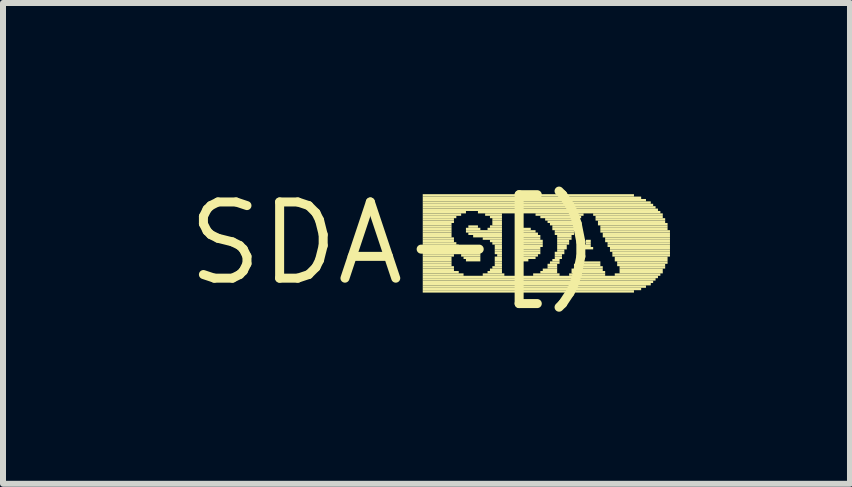
<source format=kicad_pcb>
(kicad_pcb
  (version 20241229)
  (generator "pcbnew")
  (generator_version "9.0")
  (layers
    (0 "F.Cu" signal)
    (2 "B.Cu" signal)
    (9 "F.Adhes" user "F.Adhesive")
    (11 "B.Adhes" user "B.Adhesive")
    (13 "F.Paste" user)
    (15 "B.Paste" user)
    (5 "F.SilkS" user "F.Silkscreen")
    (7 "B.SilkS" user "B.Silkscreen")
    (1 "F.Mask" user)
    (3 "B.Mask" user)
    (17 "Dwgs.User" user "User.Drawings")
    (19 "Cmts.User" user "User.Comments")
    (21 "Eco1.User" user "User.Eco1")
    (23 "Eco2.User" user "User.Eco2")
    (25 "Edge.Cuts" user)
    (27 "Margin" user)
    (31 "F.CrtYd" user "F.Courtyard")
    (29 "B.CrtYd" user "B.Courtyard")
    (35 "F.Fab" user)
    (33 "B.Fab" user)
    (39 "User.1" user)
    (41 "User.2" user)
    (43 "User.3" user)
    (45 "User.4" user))
  (footprint "SDA-[)"
    (layer "F.Cu")
    (at 3.515 1.006)
    (property "Reference" "SDA-[)" (at 0 0 0) (layer "F.SilkS") (effects (font (size 1.27 1.27) (thickness 0.15))))
    (attr through_hole)
    (fp_poly (pts (xy 0.48 -0.78) (xy 4 -0.78) (xy 4 -0.82) (xy 0.48 -0.82)) (stroke (width 0) (type solid)) (fill yes) (layer "F.SilkS"))
    (fp_poly (pts (xy 0.48 -0.74) (xy 4.12 -0.74) (xy 4.12 -0.78) (xy 0.48 -0.78)) (stroke (width 0) (type solid)) (fill yes) (layer "F.SilkS"))
    (fp_poly (pts (xy 0.48 -0.7) (xy 4.2 -0.7) (xy 4.2 -0.74) (xy 0.48 -0.74)) (stroke (width 0) (type solid)) (fill yes) (layer "F.SilkS"))
    (fp_poly (pts (xy 0.48 -0.66) (xy 4.28 -0.66) (xy 4.28 -0.7) (xy 0.48 -0.7)) (stroke (width 0) (type solid)) (fill yes) (layer "F.SilkS"))
    (fp_poly (pts (xy 0.48 -0.62) (xy 4.32 -0.62) (xy 4.32 -0.66) (xy 0.48 -0.66)) (stroke (width 0) (type solid)) (fill yes) (layer "F.SilkS"))
    (fp_poly (pts (xy 0.48 -0.58) (xy 4.36 -0.58) (xy 4.36 -0.62) (xy 0.48 -0.62)) (stroke (width 0) (type solid)) (fill yes) (layer "F.SilkS"))
    (fp_poly (pts (xy 0.48 -0.54) (xy 4.4 -0.54) (xy 4.4 -0.58) (xy 0.48 -0.58)) (stroke (width 0) (type solid)) (fill yes) (layer "F.SilkS"))
    (fp_poly (pts (xy 0.48 -0.5) (xy 1.2 -0.5) (xy 1.2 -0.54) (xy 0.48 -0.54)) (stroke (width 0) (type solid)) (fill yes) (layer "F.SilkS"))
    (fp_poly (pts (xy 0.48 -0.46) (xy 1.12 -0.46) (xy 1.12 -0.5) (xy 0.48 -0.5)) (stroke (width 0) (type solid)) (fill yes) (layer "F.SilkS"))
    (fp_poly (pts (xy 0.48 -0.42) (xy 1.04 -0.42) (xy 1.04 -0.46) (xy 0.48 -0.46)) (stroke (width 0) (type solid)) (fill yes) (layer "F.SilkS"))
    (fp_poly (pts (xy 0.48 -0.38) (xy 1 -0.38) (xy 1 -0.42) (xy 0.48 -0.42)) (stroke (width 0) (type solid)) (fill yes) (layer "F.SilkS"))
    (fp_poly (pts (xy 0.48 -0.34) (xy 1 -0.34) (xy 1 -0.38) (xy 0.48 -0.38)) (stroke (width 0) (type solid)) (fill yes) (layer "F.SilkS"))
    (fp_poly (pts (xy 0.48 -0.3) (xy 0.96 -0.3) (xy 0.96 -0.34) (xy 0.48 -0.34)) (stroke (width 0) (type solid)) (fill yes) (layer "F.SilkS"))
    (fp_poly (pts (xy 0.48 -0.26) (xy 0.96 -0.26) (xy 0.96 -0.3) (xy 0.48 -0.3)) (stroke (width 0) (type solid)) (fill yes) (layer "F.SilkS"))
    (fp_poly (pts (xy 0.48 -0.22) (xy 0.96 -0.22) (xy 0.96 -0.26) (xy 0.48 -0.26)) (stroke (width 0) (type solid)) (fill yes) (layer "F.SilkS"))
    (fp_poly (pts (xy 0.48 -0.18) (xy 0.96 -0.18) (xy 0.96 -0.22) (xy 0.48 -0.22)) (stroke (width 0) (type solid)) (fill yes) (layer "F.SilkS"))
    (fp_poly (pts (xy 0.48 -0.14) (xy 0.96 -0.14) (xy 0.96 -0.18) (xy 0.48 -0.18)) (stroke (width 0) (type solid)) (fill yes) (layer "F.SilkS"))
    (fp_poly (pts (xy 0.48 -0.1) (xy 0.96 -0.1) (xy 0.96 -0.14) (xy 0.48 -0.14)) (stroke (width 0) (type solid)) (fill yes) (layer "F.SilkS"))
    (fp_poly (pts (xy 0.48 -0.06) (xy 1 -0.06) (xy 1 -0.1) (xy 0.48 -0.1)) (stroke (width 0) (type solid)) (fill yes) (layer "F.SilkS"))
    (fp_poly (pts (xy 0.48 -0.02) (xy 1 -0.02) (xy 1 -0.06) (xy 0.48 -0.06)) (stroke (width 0) (type solid)) (fill yes) (layer "F.SilkS"))
    (fp_poly (pts (xy 0.48 0.02) (xy 1.04 0.02) (xy 1.04 -0.02) (xy 0.48 -0.02)) (stroke (width 0) (type solid)) (fill yes) (layer "F.SilkS"))
    (fp_poly (pts (xy 0.48 0.06) (xy 1.08 0.06) (xy 1.08 0.02) (xy 0.48 0.02)) (stroke (width 0) (type solid)) (fill yes) (layer "F.SilkS"))
    (fp_poly (pts (xy 0.48 0.1) (xy 1.2 0.1) (xy 1.2 0.06) (xy 0.48 0.06)) (stroke (width 0) (type solid)) (fill yes) (layer "F.SilkS"))
    (fp_poly (pts (xy 0.48 0.14) (xy 1.32 0.14) (xy 1.32 0.1) (xy 0.48 0.1)) (stroke (width 0) (type solid)) (fill yes) (layer "F.SilkS"))
    (fp_poly (pts (xy 0.48 0.18) (xy 1.44 0.18) (xy 1.44 0.14) (xy 0.48 0.14)) (stroke (width 0) (type solid)) (fill yes) (layer "F.SilkS"))
    (fp_poly (pts (xy 0.48 0.22) (xy 1 0.22) (xy 1 0.18) (xy 0.48 0.18)) (stroke (width 0) (type solid)) (fill yes) (layer "F.SilkS"))
    (fp_poly (pts (xy 0.48 0.26) (xy 0.96 0.26) (xy 0.96 0.22) (xy 0.48 0.22)) (stroke (width 0) (type solid)) (fill yes) (layer "F.SilkS"))
    (fp_poly (pts (xy 0.48 0.3) (xy 0.96 0.3) (xy 0.96 0.26) (xy 0.48 0.26)) (stroke (width 0) (type solid)) (fill yes) (layer "F.SilkS"))
    (fp_poly (pts (xy 0.48 0.34) (xy 0.96 0.34) (xy 0.96 0.3) (xy 0.48 0.3)) (stroke (width 0) (type solid)) (fill yes) (layer "F.SilkS"))
    (fp_poly (pts (xy 0.48 0.38) (xy 0.96 0.38) (xy 0.96 0.34) (xy 0.48 0.34)) (stroke (width 0) (type solid)) (fill yes) (layer "F.SilkS"))
    (fp_poly (pts (xy 0.48 0.42) (xy 1 0.42) (xy 1 0.38) (xy 0.48 0.38)) (stroke (width 0) (type solid)) (fill yes) (layer "F.SilkS"))
    (fp_poly (pts (xy 0.48 0.46) (xy 1 0.46) (xy 1 0.42) (xy 0.48 0.42)) (stroke (width 0) (type solid)) (fill yes) (layer "F.SilkS"))
    (fp_poly (pts (xy 0.48 0.5) (xy 1.08 0.5) (xy 1.08 0.46) (xy 0.48 0.46)) (stroke (width 0) (type solid)) (fill yes) (layer "F.SilkS"))
    (fp_poly (pts (xy 0.48 0.54) (xy 1.16 0.54) (xy 1.16 0.5) (xy 0.48 0.5)) (stroke (width 0) (type solid)) (fill yes) (layer "F.SilkS"))
    (fp_poly (pts (xy 0.48 0.58) (xy 4.4 0.58) (xy 4.4 0.54) (xy 0.48 0.54)) (stroke (width 0) (type solid)) (fill yes) (layer "F.SilkS"))
    (fp_poly (pts (xy 0.48 0.62) (xy 4.36 0.62) (xy 4.36 0.58) (xy 0.48 0.58)) (stroke (width 0) (type solid)) (fill yes) (layer "F.SilkS"))
    (fp_poly (pts (xy 0.48 0.66) (xy 4.32 0.66) (xy 4.32 0.62) (xy 0.48 0.62)) (stroke (width 0) (type solid)) (fill yes) (layer "F.SilkS"))
    (fp_poly (pts (xy 0.48 0.7) (xy 4.28 0.7) (xy 4.28 0.66) (xy 0.48 0.66)) (stroke (width 0) (type solid)) (fill yes) (layer "F.SilkS"))
    (fp_poly (pts (xy 0.48 0.74) (xy 4.2 0.74) (xy 4.2 0.7) (xy 0.48 0.7)) (stroke (width 0) (type solid)) (fill yes) (layer "F.SilkS"))
    (fp_poly (pts (xy 0.48 0.78) (xy 4.12 0.78) (xy 4.12 0.74) (xy 0.48 0.74)) (stroke (width 0) (type solid)) (fill yes) (layer "F.SilkS"))
    (fp_poly (pts (xy 0.48 0.82) (xy 4 0.82) (xy 4 0.78) (xy 0.48 0.78)) (stroke (width 0) (type solid)) (fill yes) (layer "F.SilkS"))
    (fp_poly (pts (xy 1.12 0.22) (xy 1.44 0.22) (xy 1.44 0.18) (xy 1.12 0.18)) (stroke (width 0) (type solid)) (fill yes) (layer "F.SilkS"))
    (fp_poly (pts (xy 1.16 0.26) (xy 1.44 0.26) (xy 1.44 0.22) (xy 1.16 0.22)) (stroke (width 0) (type solid)) (fill yes) (layer "F.SilkS"))
    (fp_poly (pts (xy 1.2 -0.22) (xy 1.44 -0.22) (xy 1.44 -0.26) (xy 1.2 -0.26)) (stroke (width 0) (type solid)) (fill yes) (layer "F.SilkS"))
    (fp_poly (pts (xy 1.2 -0.18) (xy 1.8 -0.18) (xy 1.8 -0.22) (xy 1.2 -0.22)) (stroke (width 0) (type solid)) (fill yes) (layer "F.SilkS"))
    (fp_poly (pts (xy 1.2 0.3) (xy 1.44 0.3) (xy 1.44 0.26) (xy 1.2 0.26)) (stroke (width 0) (type solid)) (fill yes) (layer "F.SilkS"))
    (fp_poly (pts (xy 1.24 -0.26) (xy 1.4 -0.26) (xy 1.4 -0.3) (xy 1.24 -0.3)) (stroke (width 0) (type solid)) (fill yes) (layer "F.SilkS"))
    (fp_poly (pts (xy 1.24 -0.14) (xy 1.8 -0.14) (xy 1.8 -0.18) (xy 1.24 -0.18)) (stroke (width 0) (type solid)) (fill yes) (layer "F.SilkS"))
    (fp_poly (pts (xy 1.32 -0.1) (xy 1.8 -0.1) (xy 1.8 -0.14) (xy 1.32 -0.14)) (stroke (width 0) (type solid)) (fill yes) (layer "F.SilkS"))
    (fp_poly (pts (xy 1.4 -0.5) (xy 4.44 -0.5) (xy 4.44 -0.54) (xy 1.4 -0.54)) (stroke (width 0) (type solid)) (fill yes) (layer "F.SilkS"))
    (fp_poly (pts (xy 1.48 -0.06) (xy 1.8 -0.06) (xy 1.8 -0.1) (xy 1.48 -0.1)) (stroke (width 0) (type solid)) (fill yes) (layer "F.SilkS"))
    (fp_poly (pts (xy 1.48 0.54) (xy 1.84 0.54) (xy 1.84 0.5) (xy 1.48 0.5)) (stroke (width 0) (type solid)) (fill yes) (layer "F.SilkS"))
    (fp_poly (pts (xy 1.52 -0.46) (xy 1.8 -0.46) (xy 1.8 -0.5) (xy 1.52 -0.5)) (stroke (width 0) (type solid)) (fill yes) (layer "F.SilkS"))
    (fp_poly (pts (xy 1.56 -0.22) (xy 1.8 -0.22) (xy 1.8 -0.26) (xy 1.56 -0.26)) (stroke (width 0) (type solid)) (fill yes) (layer "F.SilkS"))
    (fp_poly (pts (xy 1.56 0.5) (xy 1.8 0.5) (xy 1.8 0.46) (xy 1.56 0.46)) (stroke (width 0) (type solid)) (fill yes) (layer "F.SilkS"))
    (fp_poly (pts (xy 1.6 -0.42) (xy 1.8 -0.42) (xy 1.8 -0.46) (xy 1.6 -0.46)) (stroke (width 0) (type solid)) (fill yes) (layer "F.SilkS"))
    (fp_poly (pts (xy 1.6 -0.26) (xy 1.8 -0.26) (xy 1.8 -0.3) (xy 1.6 -0.3)) (stroke (width 0) (type solid)) (fill yes) (layer "F.SilkS"))
    (fp_poly (pts (xy 1.6 -0.02) (xy 1.8 -0.02) (xy 1.8 -0.06) (xy 1.6 -0.06)) (stroke (width 0) (type solid)) (fill yes) (layer "F.SilkS"))
    (fp_poly (pts (xy 1.6 0.46) (xy 1.8 0.46) (xy 1.8 0.42) (xy 1.6 0.42)) (stroke (width 0) (type solid)) (fill yes) (layer "F.SilkS"))
    (fp_poly (pts (xy 1.64 -0.38) (xy 1.8 -0.38) (xy 1.8 -0.42) (xy 1.64 -0.42)) (stroke (width 0) (type solid)) (fill yes) (layer "F.SilkS"))
    (fp_poly (pts (xy 1.64 -0.34) (xy 1.8 -0.34) (xy 1.8 -0.38) (xy 1.64 -0.38)) (stroke (width 0) (type solid)) (fill yes) (layer "F.SilkS"))
    (fp_poly (pts (xy 1.64 -0.3) (xy 1.8 -0.3) (xy 1.8 -0.34) (xy 1.64 -0.34)) (stroke (width 0) (type solid)) (fill yes) (layer "F.SilkS"))
    (fp_poly (pts (xy 1.64 0.02) (xy 1.8 0.02) (xy 1.8 -0.02) (xy 1.64 -0.02)) (stroke (width 0) (type solid)) (fill yes) (layer "F.SilkS"))
    (fp_poly (pts (xy 1.64 0.42) (xy 1.8 0.42) (xy 1.8 0.38) (xy 1.64 0.38)) (stroke (width 0) (type solid)) (fill yes) (layer "F.SilkS"))
    (fp_poly (pts (xy 1.68 0.06) (xy 1.8 0.06) (xy 1.8 0.02) (xy 1.68 0.02)) (stroke (width 0) (type solid)) (fill yes) (layer "F.SilkS"))
    (fp_poly (pts (xy 1.68 0.1) (xy 1.8 0.1) (xy 1.8 0.06) (xy 1.68 0.06)) (stroke (width 0) (type solid)) (fill yes) (layer "F.SilkS"))
    (fp_poly (pts (xy 1.68 0.14) (xy 1.8 0.14) (xy 1.8 0.1) (xy 1.68 0.1)) (stroke (width 0) (type solid)) (fill yes) (layer "F.SilkS"))
    (fp_poly (pts (xy 1.68 0.18) (xy 1.8 0.18) (xy 1.8 0.14) (xy 1.68 0.14)) (stroke (width 0) (type solid)) (fill yes) (layer "F.SilkS"))
    (fp_poly (pts (xy 1.68 0.26) (xy 1.8 0.26) (xy 1.8 0.22) (xy 1.68 0.22)) (stroke (width 0) (type solid)) (fill yes) (layer "F.SilkS"))
    (fp_poly (pts (xy 1.68 0.3) (xy 1.8 0.3) (xy 1.8 0.26) (xy 1.68 0.26)) (stroke (width 0) (type solid)) (fill yes) (layer "F.SilkS"))
    (fp_poly (pts (xy 1.68 0.34) (xy 1.8 0.34) (xy 1.8 0.3) (xy 1.68 0.3)) (stroke (width 0) (type solid)) (fill yes) (layer "F.SilkS"))
    (fp_poly (pts (xy 1.68 0.38) (xy 1.8 0.38) (xy 1.8 0.34) (xy 1.68 0.34)) (stroke (width 0) (type solid)) (fill yes) (layer "F.SilkS"))
    (fp_poly (pts (xy 1.72 0.22) (xy 1.8 0.22) (xy 1.8 0.18) (xy 1.72 0.18)) (stroke (width 0) (type solid)) (fill yes) (layer "F.SilkS"))
    (fp_poly (pts (xy 2.04 -0.22) (xy 2.28 -0.22) (xy 2.28 -0.26) (xy 2.04 -0.26)) (stroke (width 0) (type solid)) (fill yes) (layer "F.SilkS"))
    (fp_poly (pts (xy 2.04 -0.18) (xy 2.36 -0.18) (xy 2.36 -0.22) (xy 2.04 -0.22)) (stroke (width 0) (type solid)) (fill yes) (layer "F.SilkS"))
    (fp_poly (pts (xy 2.04 -0.14) (xy 2.4 -0.14) (xy 2.4 -0.18) (xy 2.04 -0.18)) (stroke (width 0) (type solid)) (fill yes) (layer "F.SilkS"))
    (fp_poly (pts (xy 2.04 -0.1) (xy 2.44 -0.1) (xy 2.44 -0.14) (xy 2.04 -0.14)) (stroke (width 0) (type solid)) (fill yes) (layer "F.SilkS"))
    (fp_poly (pts (xy 2.04 -0.06) (xy 2.44 -0.06) (xy 2.44 -0.1) (xy 2.04 -0.1)) (stroke (width 0) (type solid)) (fill yes) (layer "F.SilkS"))
    (fp_poly (pts (xy 2.04 -0.02) (xy 2.48 -0.02) (xy 2.48 -0.06) (xy 2.04 -0.06)) (stroke (width 0) (type solid)) (fill yes) (layer "F.SilkS"))
    (fp_poly (pts (xy 2.04 0.02) (xy 2.48 0.02) (xy 2.48 -0.02) (xy 2.04 -0.02)) (stroke (width 0) (type solid)) (fill yes) (layer "F.SilkS"))
    (fp_poly (pts (xy 2.04 0.06) (xy 2.48 0.06) (xy 2.48 0.02) (xy 2.04 0.02)) (stroke (width 0) (type solid)) (fill yes) (layer "F.SilkS"))
    (fp_poly (pts (xy 2.04 0.1) (xy 2.44 0.1) (xy 2.44 0.06) (xy 2.04 0.06)) (stroke (width 0) (type solid)) (fill yes) (layer "F.SilkS"))
    (fp_poly (pts (xy 2.04 0.14) (xy 2.44 0.14) (xy 2.44 0.1) (xy 2.04 0.1)) (stroke (width 0) (type solid)) (fill yes) (layer "F.SilkS"))
    (fp_poly (pts (xy 2.04 0.18) (xy 2.44 0.18) (xy 2.44 0.14) (xy 2.04 0.14)) (stroke (width 0) (type solid)) (fill yes) (layer "F.SilkS"))
    (fp_poly (pts (xy 2.04 0.22) (xy 2.4 0.22) (xy 2.4 0.18) (xy 2.04 0.18)) (stroke (width 0) (type solid)) (fill yes) (layer "F.SilkS"))
    (fp_poly (pts (xy 2.04 0.26) (xy 2.36 0.26) (xy 2.36 0.22) (xy 2.04 0.22)) (stroke (width 0) (type solid)) (fill yes) (layer "F.SilkS"))
    (fp_poly (pts (xy 2.08 0.3) (xy 2.24 0.3) (xy 2.24 0.26) (xy 2.08 0.26)) (stroke (width 0) (type solid)) (fill yes) (layer "F.SilkS"))
    (fp_poly (pts (xy 2.32 0.54) (xy 2.76 0.54) (xy 2.76 0.5) (xy 2.32 0.5)) (stroke (width 0) (type solid)) (fill yes) (layer "F.SilkS"))
    (fp_poly (pts (xy 2.36 -0.46) (xy 3.16 -0.46) (xy 3.16 -0.5) (xy 2.36 -0.5)) (stroke (width 0) (type solid)) (fill yes) (layer "F.SilkS"))
    (fp_poly (pts (xy 2.44 -0.42) (xy 3.12 -0.42) (xy 3.12 -0.46) (xy 2.44 -0.46)) (stroke (width 0) (type solid)) (fill yes) (layer "F.SilkS"))
    (fp_poly (pts (xy 2.44 0.5) (xy 2.72 0.5) (xy 2.72 0.46) (xy 2.44 0.46)) (stroke (width 0) (type solid)) (fill yes) (layer "F.SilkS"))
    (fp_poly (pts (xy 2.48 0.46) (xy 2.72 0.46) (xy 2.72 0.42) (xy 2.48 0.42)) (stroke (width 0) (type solid)) (fill yes) (layer "F.SilkS"))
    (fp_poly (pts (xy 2.52 -0.38) (xy 3.08 -0.38) (xy 3.08 -0.42) (xy 2.52 -0.42)) (stroke (width 0) (type solid)) (fill yes) (layer "F.SilkS"))
    (fp_poly (pts (xy 2.56 -0.34) (xy 3.08 -0.34) (xy 3.08 -0.38) (xy 2.56 -0.38)) (stroke (width 0) (type solid)) (fill yes) (layer "F.SilkS"))
    (fp_poly (pts (xy 2.56 0.38) (xy 2.72 0.38) (xy 2.72 0.34) (xy 2.56 0.34)) (stroke (width 0) (type solid)) (fill yes) (layer "F.SilkS"))
    (fp_poly (pts (xy 2.56 0.42) (xy 2.72 0.42) (xy 2.72 0.38) (xy 2.56 0.38)) (stroke (width 0) (type solid)) (fill yes) (layer "F.SilkS"))
    (fp_poly (pts (xy 2.6 -0.3) (xy 3.04 -0.3) (xy 3.04 -0.34) (xy 2.6 -0.34)) (stroke (width 0) (type solid)) (fill yes) (layer "F.SilkS"))
    (fp_poly (pts (xy 2.6 0.34) (xy 2.76 0.34) (xy 2.76 0.3) (xy 2.6 0.3)) (stroke (width 0) (type solid)) (fill yes) (layer "F.SilkS"))
    (fp_poly (pts (xy 2.64 -0.26) (xy 3.04 -0.26) (xy 3.04 -0.3) (xy 2.64 -0.3)) (stroke (width 0) (type solid)) (fill yes) (layer "F.SilkS"))
    (fp_poly (pts (xy 2.64 -0.22) (xy 3.04 -0.22) (xy 3.04 -0.26) (xy 2.64 -0.26)) (stroke (width 0) (type solid)) (fill yes) (layer "F.SilkS"))
    (fp_poly (pts (xy 2.64 0.3) (xy 2.76 0.3) (xy 2.76 0.26) (xy 2.64 0.26)) (stroke (width 0) (type solid)) (fill yes) (layer "F.SilkS"))
    (fp_poly (pts (xy 2.68 -0.18) (xy 3 -0.18) (xy 3 -0.22) (xy 2.68 -0.22)) (stroke (width 0) (type solid)) (fill yes) (layer "F.SilkS"))
    (fp_poly (pts (xy 2.68 -0.14) (xy 3 -0.14) (xy 3 -0.18) (xy 2.68 -0.18)) (stroke (width 0) (type solid)) (fill yes) (layer "F.SilkS"))
    (fp_poly (pts (xy 2.68 0.18) (xy 2.84 0.18) (xy 2.84 0.14) (xy 2.68 0.14)) (stroke (width 0) (type solid)) (fill yes) (layer "F.SilkS"))
    (fp_poly (pts (xy 2.68 0.22) (xy 2.8 0.22) (xy 2.8 0.18) (xy 2.68 0.18)) (stroke (width 0) (type solid)) (fill yes) (layer "F.SilkS"))
    (fp_poly (pts (xy 2.68 0.26) (xy 2.8 0.26) (xy 2.8 0.22) (xy 2.68 0.22)) (stroke (width 0) (type solid)) (fill yes) (layer "F.SilkS"))
    (fp_poly (pts (xy 2.72 -0.1) (xy 2.96 -0.1) (xy 2.96 -0.14) (xy 2.72 -0.14)) (stroke (width 0) (type solid)) (fill yes) (layer "F.SilkS"))
    (fp_poly (pts (xy 2.72 -0.06) (xy 2.96 -0.06) (xy 2.96 -0.1) (xy 2.72 -0.1)) (stroke (width 0) (type solid)) (fill yes) (layer "F.SilkS"))
    (fp_poly (pts (xy 2.72 -0.02) (xy 2.92 -0.02) (xy 2.92 -0.06) (xy 2.72 -0.06)) (stroke (width 0) (type solid)) (fill yes) (layer "F.SilkS"))
    (fp_poly (pts (xy 2.72 0.02) (xy 2.92 0.02) (xy 2.92 -0.02) (xy 2.72 -0.02)) (stroke (width 0) (type solid)) (fill yes) (layer "F.SilkS"))
    (fp_poly (pts (xy 2.72 0.06) (xy 2.88 0.06) (xy 2.88 0.02) (xy 2.72 0.02)) (stroke (width 0) (type solid)) (fill yes) (layer "F.SilkS"))
    (fp_poly (pts (xy 2.72 0.1) (xy 2.88 0.1) (xy 2.88 0.06) (xy 2.72 0.06)) (stroke (width 0) (type solid)) (fill yes) (layer "F.SilkS"))
    (fp_poly (pts (xy 2.72 0.14) (xy 2.84 0.14) (xy 2.84 0.1) (xy 2.72 0.1)) (stroke (width 0) (type solid)) (fill yes) (layer "F.SilkS"))
    (fp_poly (pts (xy 2.92 0.54) (xy 3.52 0.54) (xy 3.52 0.5) (xy 2.92 0.5)) (stroke (width 0) (type solid)) (fill yes) (layer "F.SilkS"))
    (fp_poly (pts (xy 2.96 0.46) (xy 3.48 0.46) (xy 3.48 0.42) (xy 2.96 0.42)) (stroke (width 0) (type solid)) (fill yes) (layer "F.SilkS"))
    (fp_poly (pts (xy 2.96 0.5) (xy 3.52 0.5) (xy 3.52 0.46) (xy 2.96 0.46)) (stroke (width 0) (type solid)) (fill yes) (layer "F.SilkS"))
    (fp_poly (pts (xy 3 0.38) (xy 3.44 0.38) (xy 3.44 0.34) (xy 3 0.34)) (stroke (width 0) (type solid)) (fill yes) (layer "F.SilkS"))
    (fp_poly (pts (xy 3 0.42) (xy 3.48 0.42) (xy 3.48 0.38) (xy 3 0.38)) (stroke (width 0) (type solid)) (fill yes) (layer "F.SilkS"))
    (fp_poly (pts (xy 3.04 0.34) (xy 3.44 0.34) (xy 3.44 0.3) (xy 3.04 0.3)) (stroke (width 0) (type solid)) (fill yes) (layer "F.SilkS"))
    (fp_poly (pts (xy 3.16 0.06) (xy 3.28 0.06) (xy 3.28 0.02) (xy 3.16 0.02)) (stroke (width 0) (type solid)) (fill yes) (layer "F.SilkS"))
    (fp_poly (pts (xy 3.16 0.1) (xy 3.32 0.1) (xy 3.32 0.06) (xy 3.16 0.06)) (stroke (width 0) (type solid)) (fill yes) (layer "F.SilkS"))
    (fp_poly (pts (xy 3.2 -0.02) (xy 3.28 -0.02) (xy 3.28 -0.06) (xy 3.2 -0.06)) (stroke (width 0) (type solid)) (fill yes) (layer "F.SilkS"))
    (fp_poly (pts (xy 3.2 0.02) (xy 3.28 0.02) (xy 3.28 -0.02) (xy 3.2 -0.02)) (stroke (width 0) (type solid)) (fill yes) (layer "F.SilkS"))
    (fp_poly (pts (xy 3.32 -0.46) (xy 4.48 -0.46) (xy 4.48 -0.5) (xy 3.32 -0.5)) (stroke (width 0) (type solid)) (fill yes) (layer "F.SilkS"))
    (fp_poly (pts (xy 3.36 -0.42) (xy 4.48 -0.42) (xy 4.48 -0.46) (xy 3.36 -0.46)) (stroke (width 0) (type solid)) (fill yes) (layer "F.SilkS"))
    (fp_poly (pts (xy 3.36 -0.38) (xy 4.52 -0.38) (xy 4.52 -0.42) (xy 3.36 -0.42)) (stroke (width 0) (type solid)) (fill yes) (layer "F.SilkS"))
    (fp_poly (pts (xy 3.4 -0.34) (xy 4.52 -0.34) (xy 4.52 -0.38) (xy 3.4 -0.38)) (stroke (width 0) (type solid)) (fill yes) (layer "F.SilkS"))
    (fp_poly (pts (xy 3.4 -0.3) (xy 4.56 -0.3) (xy 4.56 -0.34) (xy 3.4 -0.34)) (stroke (width 0) (type solid)) (fill yes) (layer "F.SilkS"))
    (fp_poly (pts (xy 3.44 -0.26) (xy 4.56 -0.26) (xy 4.56 -0.3) (xy 3.44 -0.3)) (stroke (width 0) (type solid)) (fill yes) (layer "F.SilkS"))
    (fp_poly (pts (xy 3.44 -0.22) (xy 4.56 -0.22) (xy 4.56 -0.26) (xy 3.44 -0.26)) (stroke (width 0) (type solid)) (fill yes) (layer "F.SilkS"))
    (fp_poly (pts (xy 3.44 -0.18) (xy 4.6 -0.18) (xy 4.6 -0.22) (xy 3.44 -0.22)) (stroke (width 0) (type solid)) (fill yes) (layer "F.SilkS"))
    (fp_poly (pts (xy 3.48 -0.14) (xy 4.6 -0.14) (xy 4.6 -0.18) (xy 3.48 -0.18)) (stroke (width 0) (type solid)) (fill yes) (layer "F.SilkS"))
    (fp_poly (pts (xy 3.48 -0.1) (xy 4.6 -0.1) (xy 4.6 -0.14) (xy 3.48 -0.14)) (stroke (width 0) (type solid)) (fill yes) (layer "F.SilkS"))
    (fp_poly (pts (xy 3.52 -0.06) (xy 4.6 -0.06) (xy 4.6 -0.1) (xy 3.52 -0.1)) (stroke (width 0) (type solid)) (fill yes) (layer "F.SilkS"))
    (fp_poly (pts (xy 3.52 -0.02) (xy 4.6 -0.02) (xy 4.6 -0.06) (xy 3.52 -0.06)) (stroke (width 0) (type solid)) (fill yes) (layer "F.SilkS"))
    (fp_poly (pts (xy 3.56 0.02) (xy 4.6 0.02) (xy 4.6 -0.02) (xy 3.56 -0.02)) (stroke (width 0) (type solid)) (fill yes) (layer "F.SilkS"))
    (fp_poly (pts (xy 3.56 0.06) (xy 4.6 0.06) (xy 4.6 0.02) (xy 3.56 0.02)) (stroke (width 0) (type solid)) (fill yes) (layer "F.SilkS"))
    (fp_poly (pts (xy 3.6 0.1) (xy 4.6 0.1) (xy 4.6 0.06) (xy 3.6 0.06)) (stroke (width 0) (type solid)) (fill yes) (layer "F.SilkS"))
    (fp_poly (pts (xy 3.6 0.14) (xy 4.6 0.14) (xy 4.6 0.1) (xy 3.6 0.1)) (stroke (width 0) (type solid)) (fill yes) (layer "F.SilkS"))
    (fp_poly (pts (xy 3.64 0.18) (xy 4.6 0.18) (xy 4.6 0.14) (xy 3.64 0.14)) (stroke (width 0) (type solid)) (fill yes) (layer "F.SilkS"))
    (fp_poly (pts (xy 3.64 0.22) (xy 4.6 0.22) (xy 4.6 0.18) (xy 3.64 0.18)) (stroke (width 0) (type solid)) (fill yes) (layer "F.SilkS"))
    (fp_poly (pts (xy 3.68 0.26) (xy 4.56 0.26) (xy 4.56 0.22) (xy 3.68 0.22)) (stroke (width 0) (type solid)) (fill yes) (layer "F.SilkS"))
    (fp_poly (pts (xy 3.68 0.3) (xy 4.56 0.3) (xy 4.56 0.26) (xy 3.68 0.26)) (stroke (width 0) (type solid)) (fill yes) (layer "F.SilkS"))
    (fp_poly (pts (xy 3.68 0.54) (xy 4.44 0.54) (xy 4.44 0.5) (xy 3.68 0.5)) (stroke (width 0) (type solid)) (fill yes) (layer "F.SilkS"))
    (fp_poly (pts (xy 3.72 0.34) (xy 4.56 0.34) (xy 4.56 0.3) (xy 3.72 0.3)) (stroke (width 0) (type solid)) (fill yes) (layer "F.SilkS"))
    (fp_poly (pts (xy 3.72 0.38) (xy 4.52 0.38) (xy 4.52 0.34) (xy 3.72 0.34)) (stroke (width 0) (type solid)) (fill yes) (layer "F.SilkS"))
    (fp_poly (pts (xy 3.76 0.42) (xy 4.52 0.42) (xy 4.52 0.38) (xy 3.76 0.38)) (stroke (width 0) (type solid)) (fill yes) (layer "F.SilkS"))
    (fp_poly (pts (xy 3.76 0.46) (xy 4.48 0.46) (xy 4.48 0.42) (xy 3.76 0.42)) (stroke (width 0) (type solid)) (fill yes) (layer "F.SilkS"))
    (fp_poly (pts (xy 3.76 0.5) (xy 4.48 0.5) (xy 4.48 0.46) (xy 3.76 0.46)) (stroke (width 0) (type solid)) (fill yes) (layer "F.SilkS")))
  (gr_rect
    (start -3 -3)
    (end 11.115 5.012)
    (stroke (width 0.1) (type default))
    (fill no)
    (layer "Edge.Cuts")))
</source>
